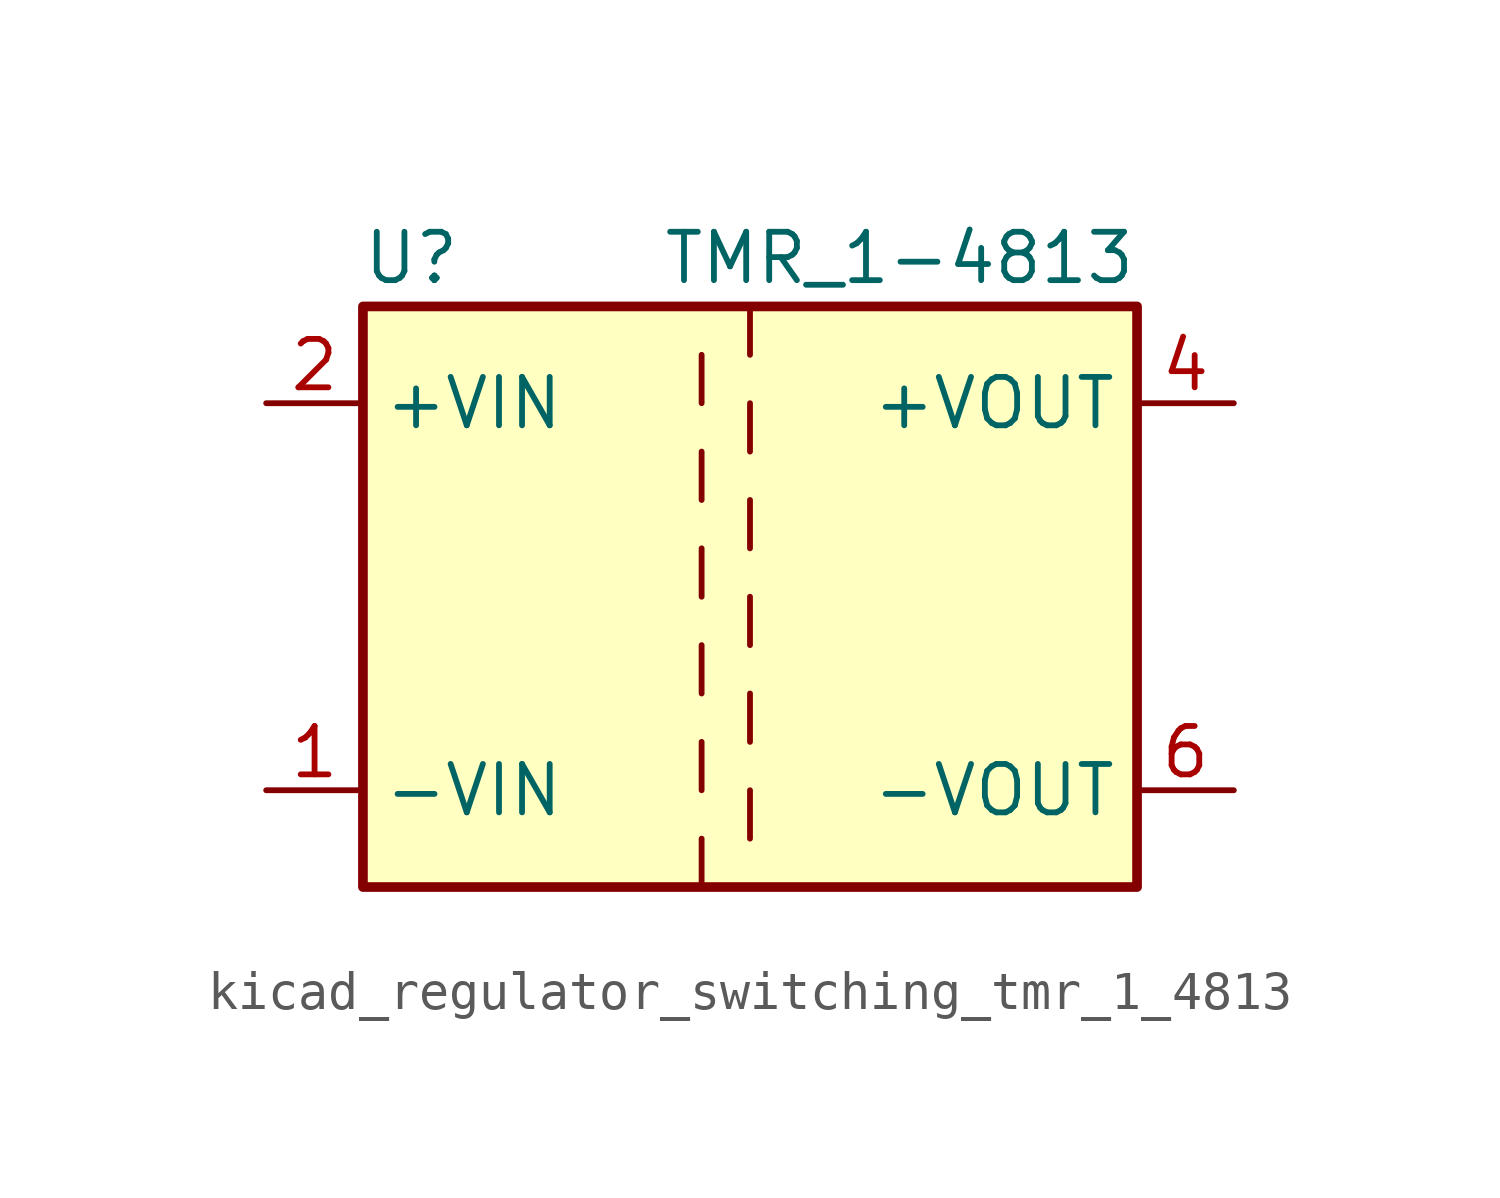
<source format=kicad_sym>
(kicad_symbol_lib
  (version 20220914)
  (generator kicad_symbol_editor)
  (symbol "kicad_regulator_switching_tmr_1_4813"
    (property "Reference" "U"
      (at -8.89 8.89 0)
      (effects (font (size 1.27 1.27))))
    (property "Value" "TMR_1-4813"
      (at 10.16 8.89 0)
      (effects (font (size 1.27 1.27)) (justify right)))
    (symbol "kicad_regulator_switching_tmr_1_4813_0_1"
      (rectangle (start -10.16 7.62) (end 10.16 -7.62) (stroke (width 0.254) (type default)) (fill (type background)))
      (polyline (pts (xy -1.27 -7.62) (xy -1.27 -6.35)) (stroke (width 0) (type default)) (fill (type none)))
      (polyline (pts (xy -1.27 -5.08) (xy -1.27 -3.81)) (stroke (width 0) (type default)) (fill (type none)))
      (polyline (pts (xy -1.27 -2.54) (xy -1.27 -1.27)) (stroke (width 0) (type default)) (fill (type none)))
      (polyline (pts (xy -1.27 0) (xy -1.27 1.27)) (stroke (width 0) (type default)) (fill (type none)))
      (polyline (pts (xy -1.27 2.54) (xy -1.27 3.81)) (stroke (width 0) (type default)) (fill (type none)))
      (polyline (pts (xy -1.27 5.08) (xy -1.27 6.35)) (stroke (width 0) (type default)) (fill (type none)))
      (polyline (pts (xy 0 -5.08) (xy 0 -6.35)) (stroke (width 0) (type default)) (fill (type none)))
      (polyline (pts (xy 0 -2.54) (xy 0 -3.81)) (stroke (width 0) (type default)) (fill (type none)))
      (polyline (pts (xy 0 0) (xy 0 -1.27)) (stroke (width 0) (type default)) (fill (type none)))
      (polyline (pts (xy 0 2.54) (xy 0 1.27)) (stroke (width 0) (type default)) (fill (type none)))
      (polyline (pts (xy 0 5.08) (xy 0 3.81)) (stroke (width 0) (type default)) (fill (type none)))
      (polyline (pts (xy 0 7.62) (xy 0 6.35)) (stroke (width 0) (type default)) (fill (type none))))
    (symbol "kicad_regulator_switching_tmr_1_4813_1_1"
      (pin power_in line (at -12.7 -5.08 0) (length 2.54) (name "-VIN" (effects (font (size 1.27 1.27)))) (number "1" (effects (font (size 1.27 1.27)))))
      (pin power_in line (at -12.7 5.08 0) (length 2.54) (name "+VIN" (effects (font (size 1.27 1.27)))) (number "2" (effects (font (size 1.27 1.27)))))
      (pin power_out line (at 12.7 5.08 180) (length 2.54) (name "+VOUT" (effects (font (size 1.27 1.27)))) (number "4" (effects (font (size 1.27 1.27)))))
      (pin power_out line (at 12.7 -5.08 180) (length 2.54) (name "-VOUT" (effects (font (size 1.27 1.27)))) (number "6" (effects (font (size 1.27 1.27))))))))
</source>
